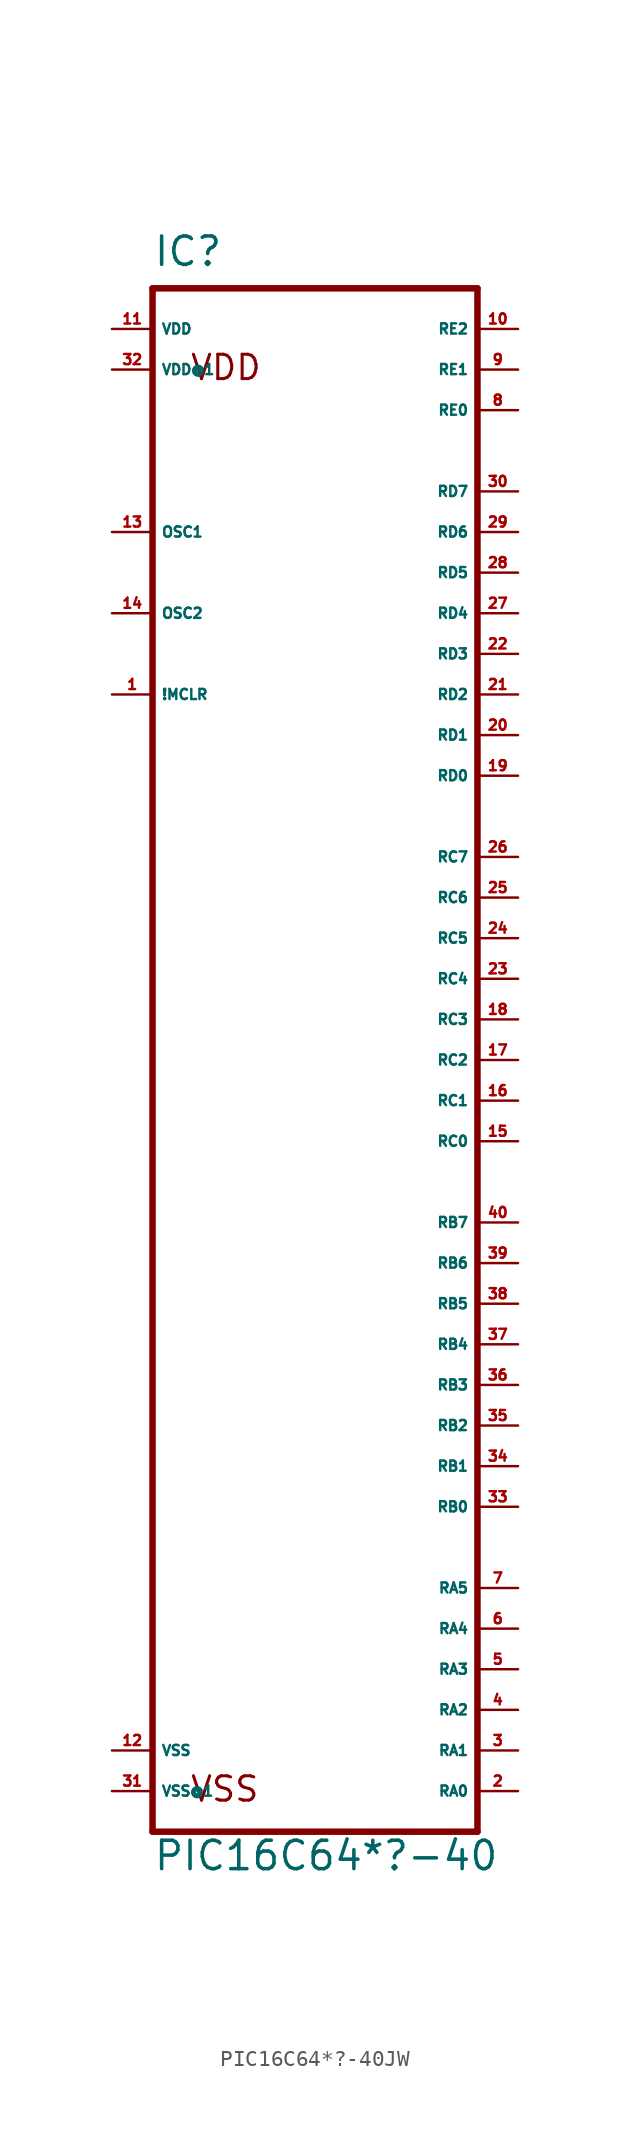
<source format=kicad_sym>
(kicad_symbol_lib
  (version 20220914)
  (generator Eagle2Kicad)
  (symbol "PIC16C64*?-40JW"
    (property "Reference" "IC"
      (at -10.16 49.53 0)
      (effects (font (size 1.778 1.778) (thickness 0.22)) (justify left bottom)))
    (property "Value" "PIC16C64*?-40"
      (at -10.16 -50.8 0)
      (effects (font (size 1.778 1.778) (thickness 0.22)) (justify left bottom)))
    (polyline
      (pts (xy -10.16 -48.26) (xy 10.16 -48.26))
      (stroke (width 0.406) (type default))
      (fill (type none)))
    (polyline
      (pts (xy 10.16 -48.26) (xy 10.16 48.26))
      (stroke (width 0.406) (type default))
      (fill (type none)))
    (polyline
      (pts (xy 10.16 48.26) (xy -10.16 48.26))
      (stroke (width 0.406) (type default))
      (fill (type none)))
    (polyline
      (pts (xy -10.16 48.26) (xy -10.16 -48.26))
      (stroke (width 0.406) (type default))
      (fill (type none)))
    (text "VDD"
      (at -7.874 42.418 0)
      (effects (font (size 1.524 1.524) (thickness 0.19)) (justify left bottom)))
    (text "VSS"
      (at -7.874 -46.482 0)
      (effects (font (size 1.524 1.524) (thickness 0.19)) (justify left bottom)))
    (pin input line
      (at -12.7 22.86 0)
      (length 2.54)
      (name "!MCLR" (effects (font (size 0.635 0.635) (thickness 0.08)) (justify left bottom)))
      (number "1" (effects (font (size 0.635 0.635) (thickness 0.08)) (justify left bottom))))
    (pin input line
      (at -12.7 33.02 0)
      (length 2.54)
      (name "OSC1" (effects (font (size 0.635 0.635) (thickness 0.08)) (justify left bottom)))
      (number "13" (effects (font (size 0.635 0.635) (thickness 0.08)) (justify left bottom))))
    (pin bidirectional line
      (at 12.7 -45.72 180)
      (length 2.54)
      (name "RA0" (effects (font (size 0.635 0.635) (thickness 0.08)) (justify left bottom)))
      (number "2" (effects (font (size 0.635 0.635) (thickness 0.08)) (justify left bottom))))
    (pin bidirectional line
      (at 12.7 -43.18 180)
      (length 2.54)
      (name "RA1" (effects (font (size 0.635 0.635) (thickness 0.08)) (justify left bottom)))
      (number "3" (effects (font (size 0.635 0.635) (thickness 0.08)) (justify left bottom))))
    (pin bidirectional line
      (at 12.7 -40.64 180)
      (length 2.54)
      (name "RA2" (effects (font (size 0.635 0.635) (thickness 0.08)) (justify left bottom)))
      (number "4" (effects (font (size 0.635 0.635) (thickness 0.08)) (justify left bottom))))
    (pin bidirectional line
      (at 12.7 -38.1 180)
      (length 2.54)
      (name "RA3" (effects (font (size 0.635 0.635) (thickness 0.08)) (justify left bottom)))
      (number "5" (effects (font (size 0.635 0.635) (thickness 0.08)) (justify left bottom))))
    (pin bidirectional line
      (at 12.7 -35.56 180)
      (length 2.54)
      (name "RA4" (effects (font (size 0.635 0.635) (thickness 0.08)) (justify left bottom)))
      (number "6" (effects (font (size 0.635 0.635) (thickness 0.08)) (justify left bottom))))
    (pin bidirectional line
      (at 12.7 -33.02 180)
      (length 2.54)
      (name "RA5" (effects (font (size 0.635 0.635) (thickness 0.08)) (justify left bottom)))
      (number "7" (effects (font (size 0.635 0.635) (thickness 0.08)) (justify left bottom))))
    (pin bidirectional line
      (at 12.7 -27.94 180)
      (length 2.54)
      (name "RB0" (effects (font (size 0.635 0.635) (thickness 0.08)) (justify left bottom)))
      (number "33" (effects (font (size 0.635 0.635) (thickness 0.08)) (justify left bottom))))
    (pin bidirectional line
      (at 12.7 -25.4 180)
      (length 2.54)
      (name "RB1" (effects (font (size 0.635 0.635) (thickness 0.08)) (justify left bottom)))
      (number "34" (effects (font (size 0.635 0.635) (thickness 0.08)) (justify left bottom))))
    (pin bidirectional line
      (at 12.7 -22.86 180)
      (length 2.54)
      (name "RB2" (effects (font (size 0.635 0.635) (thickness 0.08)) (justify left bottom)))
      (number "35" (effects (font (size 0.635 0.635) (thickness 0.08)) (justify left bottom))))
    (pin bidirectional line
      (at 12.7 -20.32 180)
      (length 2.54)
      (name "RB3" (effects (font (size 0.635 0.635) (thickness 0.08)) (justify left bottom)))
      (number "36" (effects (font (size 0.635 0.635) (thickness 0.08)) (justify left bottom))))
    (pin bidirectional line
      (at 12.7 -17.78 180)
      (length 2.54)
      (name "RB4" (effects (font (size 0.635 0.635) (thickness 0.08)) (justify left bottom)))
      (number "37" (effects (font (size 0.635 0.635) (thickness 0.08)) (justify left bottom))))
    (pin bidirectional line
      (at 12.7 -15.24 180)
      (length 2.54)
      (name "RB5" (effects (font (size 0.635 0.635) (thickness 0.08)) (justify left bottom)))
      (number "38" (effects (font (size 0.635 0.635) (thickness 0.08)) (justify left bottom))))
    (pin bidirectional line
      (at 12.7 -12.7 180)
      (length 2.54)
      (name "RB6" (effects (font (size 0.635 0.635) (thickness 0.08)) (justify left bottom)))
      (number "39" (effects (font (size 0.635 0.635) (thickness 0.08)) (justify left bottom))))
    (pin output line
      (at 12.7 -5.08 180)
      (length 2.54)
      (name "RC0" (effects (font (size 0.635 0.635) (thickness 0.08)) (justify left bottom)))
      (number "15" (effects (font (size 0.635 0.635) (thickness 0.08)) (justify left bottom))))
    (pin output line
      (at 12.7 -2.54 180)
      (length 2.54)
      (name "RC1" (effects (font (size 0.635 0.635) (thickness 0.08)) (justify left bottom)))
      (number "16" (effects (font (size 0.635 0.635) (thickness 0.08)) (justify left bottom))))
    (pin output line
      (at 12.7 0 180)
      (length 2.54)
      (name "RC2" (effects (font (size 0.635 0.635) (thickness 0.08)) (justify left bottom)))
      (number "17" (effects (font (size 0.635 0.635) (thickness 0.08)) (justify left bottom))))
    (pin output line
      (at 12.7 2.54 180)
      (length 2.54)
      (name "RC3" (effects (font (size 0.635 0.635) (thickness 0.08)) (justify left bottom)))
      (number "18" (effects (font (size 0.635 0.635) (thickness 0.08)) (justify left bottom))))
    (pin output line
      (at 12.7 5.08 180)
      (length 2.54)
      (name "RC4" (effects (font (size 0.635 0.635) (thickness 0.08)) (justify left bottom)))
      (number "23" (effects (font (size 0.635 0.635) (thickness 0.08)) (justify left bottom))))
    (pin output line
      (at 12.7 7.62 180)
      (length 2.54)
      (name "RC5" (effects (font (size 0.635 0.635) (thickness 0.08)) (justify left bottom)))
      (number "24" (effects (font (size 0.635 0.635) (thickness 0.08)) (justify left bottom))))
    (pin output line
      (at 12.7 10.16 180)
      (length 2.54)
      (name "RC6" (effects (font (size 0.635 0.635) (thickness 0.08)) (justify left bottom)))
      (number "25" (effects (font (size 0.635 0.635) (thickness 0.08)) (justify left bottom))))
    (pin output line
      (at 12.7 12.7 180)
      (length 2.54)
      (name "RC7" (effects (font (size 0.635 0.635) (thickness 0.08)) (justify left bottom)))
      (number "26" (effects (font (size 0.635 0.635) (thickness 0.08)) (justify left bottom))))
    (pin bidirectional line
      (at 12.7 -10.16 180)
      (length 2.54)
      (name "RB7" (effects (font (size 0.635 0.635) (thickness 0.08)) (justify left bottom)))
      (number "40" (effects (font (size 0.635 0.635) (thickness 0.08)) (justify left bottom))))
    (pin bidirectional line
      (at 12.7 17.78 180)
      (length 2.54)
      (name "RD0" (effects (font (size 0.635 0.635) (thickness 0.08)) (justify left bottom)))
      (number "19" (effects (font (size 0.635 0.635) (thickness 0.08)) (justify left bottom))))
    (pin bidirectional line
      (at 12.7 20.32 180)
      (length 2.54)
      (name "RD1" (effects (font (size 0.635 0.635) (thickness 0.08)) (justify left bottom)))
      (number "20" (effects (font (size 0.635 0.635) (thickness 0.08)) (justify left bottom))))
    (pin bidirectional line
      (at 12.7 22.86 180)
      (length 2.54)
      (name "RD2" (effects (font (size 0.635 0.635) (thickness 0.08)) (justify left bottom)))
      (number "21" (effects (font (size 0.635 0.635) (thickness 0.08)) (justify left bottom))))
    (pin bidirectional line
      (at 12.7 25.4 180)
      (length 2.54)
      (name "RD3" (effects (font (size 0.635 0.635) (thickness 0.08)) (justify left bottom)))
      (number "22" (effects (font (size 0.635 0.635) (thickness 0.08)) (justify left bottom))))
    (pin bidirectional line
      (at 12.7 27.94 180)
      (length 2.54)
      (name "RD4" (effects (font (size 0.635 0.635) (thickness 0.08)) (justify left bottom)))
      (number "27" (effects (font (size 0.635 0.635) (thickness 0.08)) (justify left bottom))))
    (pin bidirectional line
      (at 12.7 30.48 180)
      (length 2.54)
      (name "RD5" (effects (font (size 0.635 0.635) (thickness 0.08)) (justify left bottom)))
      (number "28" (effects (font (size 0.635 0.635) (thickness 0.08)) (justify left bottom))))
    (pin bidirectional line
      (at 12.7 33.02 180)
      (length 2.54)
      (name "RD6" (effects (font (size 0.635 0.635) (thickness 0.08)) (justify left bottom)))
      (number "29" (effects (font (size 0.635 0.635) (thickness 0.08)) (justify left bottom))))
    (pin bidirectional line
      (at 12.7 35.56 180)
      (length 2.54)
      (name "RD7" (effects (font (size 0.635 0.635) (thickness 0.08)) (justify left bottom)))
      (number "30" (effects (font (size 0.635 0.635) (thickness 0.08)) (justify left bottom))))
    (pin output line
      (at -12.7 27.94 0)
      (length 2.54)
      (name "OSC2" (effects (font (size 0.635 0.635) (thickness 0.08)) (justify left bottom)))
      (number "14" (effects (font (size 0.635 0.635) (thickness 0.08)) (justify left bottom))))
    (pin unspecified line
      (at -12.7 -45.72 0)
      (length 2.54)
      (name "VSS@1" (effects (font (size 0.635 0.635) (thickness 0.08)) (justify left bottom)))
      (number "31" (effects (font (size 0.635 0.635) (thickness 0.08)) (justify left bottom))))
    (pin unspecified line
      (at -12.7 -43.18 0)
      (length 2.54)
      (name "VSS" (effects (font (size 0.635 0.635) (thickness 0.08)) (justify left bottom)))
      (number "12" (effects (font (size 0.635 0.635) (thickness 0.08)) (justify left bottom))))
    (pin unspecified line
      (at -12.7 43.18 0)
      (length 2.54)
      (name "VDD@1" (effects (font (size 0.635 0.635) (thickness 0.08)) (justify left bottom)))
      (number "32" (effects (font (size 0.635 0.635) (thickness 0.08)) (justify left bottom))))
    (pin unspecified line
      (at -12.7 45.72 0)
      (length 2.54)
      (name "VDD" (effects (font (size 0.635 0.635) (thickness 0.08)) (justify left bottom)))
      (number "11" (effects (font (size 0.635 0.635) (thickness 0.08)) (justify left bottom))))
    (pin bidirectional line
      (at 12.7 40.64 180)
      (length 2.54)
      (name "RE0" (effects (font (size 0.635 0.635) (thickness 0.08)) (justify left bottom)))
      (number "8" (effects (font (size 0.635 0.635) (thickness 0.08)) (justify left bottom))))
    (pin bidirectional line
      (at 12.7 43.18 180)
      (length 2.54)
      (name "RE1" (effects (font (size 0.635 0.635) (thickness 0.08)) (justify left bottom)))
      (number "9" (effects (font (size 0.635 0.635) (thickness 0.08)) (justify left bottom))))
    (pin bidirectional line
      (at 12.7 45.72 180)
      (length 2.54)
      (name "RE2" (effects (font (size 0.635 0.635) (thickness 0.08)) (justify left bottom)))
      (number "10" (effects (font (size 0.635 0.635) (thickness 0.08)) (justify left bottom))))))
</source>
